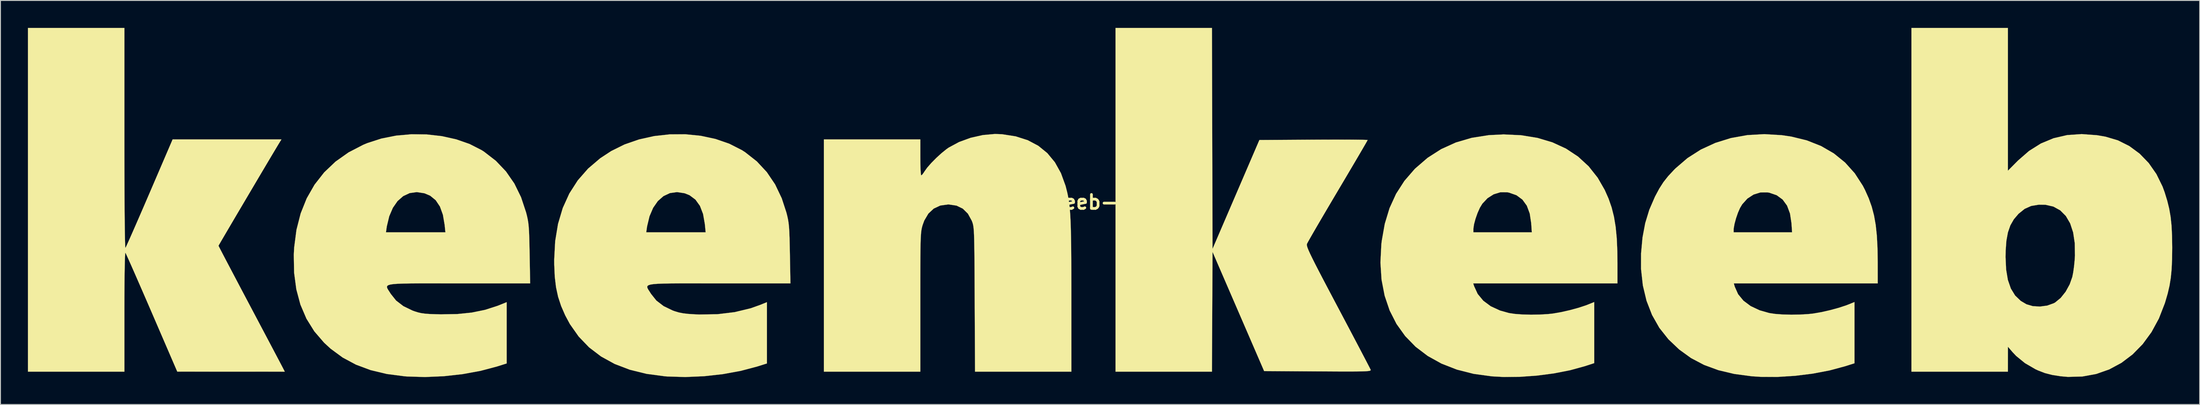
<source format=kicad_pcb>
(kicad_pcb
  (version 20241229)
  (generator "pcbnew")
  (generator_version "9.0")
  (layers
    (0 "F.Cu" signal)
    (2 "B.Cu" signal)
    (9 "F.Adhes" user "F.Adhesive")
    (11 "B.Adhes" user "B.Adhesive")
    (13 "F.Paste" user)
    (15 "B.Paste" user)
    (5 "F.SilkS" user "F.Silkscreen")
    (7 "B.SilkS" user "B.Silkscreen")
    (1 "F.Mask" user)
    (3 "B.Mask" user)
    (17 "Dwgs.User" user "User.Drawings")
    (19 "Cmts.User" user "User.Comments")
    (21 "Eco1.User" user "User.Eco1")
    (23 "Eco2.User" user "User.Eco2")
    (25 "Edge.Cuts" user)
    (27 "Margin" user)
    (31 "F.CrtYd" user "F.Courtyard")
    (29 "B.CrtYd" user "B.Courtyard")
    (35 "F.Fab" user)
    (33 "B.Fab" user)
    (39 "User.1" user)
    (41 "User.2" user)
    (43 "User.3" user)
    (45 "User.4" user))
  (footprint "keenkeeb-graphic"
    (layer "F.Cu")
    (at 117.226 19.055)
    (property "Reference" "keenkeeb-graphic" (at 0 0 0) (layer "F.SilkS") (effects (font (size 1.524 1.524) (thickness 0.3))))
    (attr through_hole)
    (fp_poly (pts (xy 12.223 -6.968) (xy 12.255 5.114) (xy 14.815 -0.84) (xy 17.375 -6.795) (xy 23.293 -6.828) (xy 24.491 -6.833) (xy 25.609 -6.835) (xy 26.62 -6.834) (xy 27.5 -6.831) (xy 28.223 -6.824) (xy 28.766 -6.816) (xy 29.103 -6.805) (xy 29.21 -6.793) (xy 29.147 -6.673) (xy 28.967 -6.357) (xy 28.681 -5.864) (xy 28.302 -5.215) (xy 27.842 -4.432) (xy 27.313 -3.536) (xy 26.729 -2.547) (xy 26.1 -1.486) (xy 25.951 -1.235) (xy 25.309 -0.151) (xy 24.704 0.875) (xy 24.149 1.82) (xy 23.657 2.661) (xy 23.242 3.378) (xy 22.915 3.948) (xy 22.69 4.348) (xy 22.58 4.556) (xy 22.573 4.572) (xy 22.56 4.661) (xy 22.579 4.796) (xy 22.639 4.992) (xy 22.749 5.267) (xy 22.917 5.638) (xy 23.152 6.123) (xy 23.46 6.739) (xy 23.852 7.502) (xy 24.335 8.43) (xy 24.918 9.539) (xy 25.609 10.848) (xy 25.952 11.496) (xy 26.588 12.698) (xy 27.19 13.837) (xy 27.746 14.893) (xy 28.247 15.845) (xy 28.68 16.672) (xy 29.037 17.354) (xy 29.305 17.871) (xy 29.475 18.202) (xy 29.534 18.323) (xy 29.542 18.375) (xy 29.51 18.418) (xy 29.415 18.452) (xy 29.237 18.479) (xy 28.954 18.499) (xy 28.546 18.513) (xy 27.992 18.521) (xy 27.27 18.524) (xy 26.359 18.524) (xy 25.238 18.519) (xy 23.886 18.512) (xy 23.756 18.512) (xy 17.894 18.479) (xy 15.075 11.961) (xy 12.255 5.443) (xy 12.19 18.542) (xy 1.651 18.542) (xy 1.651 -19.05) (xy 12.191 -19.05) (xy 12.223 -6.968)) (stroke (width 0.01) (type solid)) (fill yes) (layer "F.SilkS"))
    (fp_poly (pts (xy -10.756 -7.426) (xy -9.265 -7.193) (xy -7.944 -6.772) (xy -6.79 -6.161) (xy -5.802 -5.358) (xy -4.977 -4.361) (xy -4.313 -3.168) (xy -3.807 -1.777) (xy -3.622 -1.046) (xy -3.535 -0.631) (xy -3.461 -0.202) (xy -3.397 0.262) (xy -3.343 0.78) (xy -3.298 1.376) (xy -3.262 2.068) (xy -3.234 2.879) (xy -3.212 3.83) (xy -3.196 4.94) (xy -3.186 6.233) (xy -3.179 7.727) (xy -3.176 9.445) (xy -3.176 10.319) (xy -3.175 18.542) (xy -13.704 18.542) (xy -13.742 10.636) (xy -13.75 9.024) (xy -13.757 7.645) (xy -13.765 6.48) (xy -13.774 5.508) (xy -13.785 4.709) (xy -13.798 4.063) (xy -13.815 3.549) (xy -13.836 3.147) (xy -13.862 2.838) (xy -13.894 2.599) (xy -13.932 2.413) (xy -13.977 2.257) (xy -14.03 2.112) (xy -14.066 2.024) (xy -14.484 1.262) (xy -15.036 0.716) (xy -15.727 0.382) (xy -16.561 0.258) (xy -16.665 0.257) (xy -17.504 0.372) (xy -18.22 0.708) (xy -18.805 1.257) (xy -19.251 2.014) (xy -19.425 2.488) (xy -19.479 2.671) (xy -19.525 2.859) (xy -19.564 3.072) (xy -19.596 3.331) (xy -19.621 3.657) (xy -19.642 4.072) (xy -19.657 4.597) (xy -19.668 5.252) (xy -19.676 6.059) (xy -19.681 7.039) (xy -19.684 8.214) (xy -19.685 9.604) (xy -19.685 10.935) (xy -19.685 18.542) (xy -30.226 18.542) (xy -30.226 -6.858) (xy -19.685 -6.858) (xy -19.685 -4.889) (xy -19.679 -4.215) (xy -19.662 -3.64) (xy -19.637 -3.208) (xy -19.605 -2.962) (xy -19.585 -2.921) (xy -19.463 -3.02) (xy -19.286 -3.265) (xy -19.245 -3.334) (xy -18.937 -3.764) (xy -18.482 -4.284) (xy -17.937 -4.835) (xy -17.362 -5.36) (xy -16.816 -5.8) (xy -16.577 -5.967) (xy -15.45 -6.573) (xy -14.181 -7.036) (xy -12.849 -7.335) (xy -11.529 -7.453) (xy -10.756 -7.426)) (stroke (width 0.01) (type solid)) (fill yes) (layer "F.SilkS"))
    (fp_poly (pts (xy -106.68 -6.96) (xy -106.679 -5.108) (xy -106.675 -3.365) (xy -106.67 -1.746) (xy -106.663 -0.266) (xy -106.654 1.062) (xy -106.643 2.222) (xy -106.63 3.201) (xy -106.617 3.983) (xy -106.602 4.555) (xy -106.585 4.903) (xy -106.568 5.01) (xy -106.568 5.01) (xy -106.497 4.873) (xy -106.337 4.525) (xy -106.096 3.988) (xy -105.786 3.286) (xy -105.416 2.441) (xy -104.996 1.476) (xy -104.535 0.413) (xy -104.045 -0.725) (xy -103.933 -0.984) (xy -101.41 -6.858) (xy -89.514 -6.858) (xy -89.768 -6.445) (xy -89.939 -6.163) (xy -90.211 -5.708) (xy -90.57 -5.107) (xy -91 -4.384) (xy -91.486 -3.564) (xy -92.015 -2.672) (xy -92.57 -1.732) (xy -93.138 -0.771) (xy -93.704 0.188) (xy -94.254 1.118) (xy -94.771 1.996) (xy -95.242 2.797) (xy -95.652 3.495) (xy -95.986 4.065) (xy -96.229 4.483) (xy -96.367 4.723) (xy -96.393 4.772) (xy -96.335 4.89) (xy -96.169 5.213) (xy -95.905 5.72) (xy -95.554 6.391) (xy -95.125 7.206) (xy -94.63 8.146) (xy -94.08 9.191) (xy -93.484 10.319) (xy -92.982 11.269) (xy -92.349 12.464) (xy -91.748 13.602) (xy -91.188 14.66) (xy -90.682 15.618) (xy -90.241 16.453) (xy -89.876 17.145) (xy -89.599 17.671) (xy -89.421 18.011) (xy -89.359 18.129) (xy -89.147 18.542) (xy -95.024 18.54) (xy -100.901 18.538) (xy -103.681 12.095) (xy -104.203 10.888) (xy -104.697 9.751) (xy -105.153 8.705) (xy -105.562 7.77) (xy -105.914 6.97) (xy -106.201 6.325) (xy -106.413 5.858) (xy -106.539 5.588) (xy -106.571 5.531) (xy -106.592 5.63) (xy -106.612 5.961) (xy -106.63 6.503) (xy -106.646 7.233) (xy -106.66 8.13) (xy -106.67 9.173) (xy -106.677 10.34) (xy -106.68 11.608) (xy -106.68 11.976) (xy -106.68 18.542) (xy -117.221 18.542) (xy -117.221 -19.05) (xy -106.68 -19.05) (xy -106.68 -6.96)) (stroke (width 0.01) (type solid)) (fill yes) (layer "F.SilkS"))
    (fp_poly (pts (xy 45.993 -7.314) (xy 47.774 -7.023) (xy 49.407 -6.535) (xy 50.886 -5.853) (xy 52.207 -4.98) (xy 53.364 -3.917) (xy 54.352 -2.669) (xy 55.121 -1.333) (xy 55.54 -0.387) (xy 55.875 0.574) (xy 56.131 1.59) (xy 56.316 2.701) (xy 56.437 3.949) (xy 56.5 5.374) (xy 56.515 6.662) (xy 56.515 8.89) (xy 40.75 8.89) (xy 40.838 9.176) (xy 41.236 10.042) (xy 41.848 10.783) (xy 42.665 11.39) (xy 43.677 11.856) (xy 44.661 12.131) (xy 45.313 12.227) (xy 46.14 12.288) (xy 47.065 12.311) (xy 48.013 12.297) (xy 48.907 12.245) (xy 49.483 12.182) (xy 50.365 12.028) (xy 51.325 11.81) (xy 52.265 11.553) (xy 53.085 11.283) (xy 53.308 11.196) (xy 53.975 10.926) (xy 53.975 17.608) (xy 52.927 17.948) (xy 51.337 18.385) (xy 49.58 18.729) (xy 47.73 18.972) (xy 45.861 19.105) (xy 44.046 19.122) (xy 42.799 19.055) (xy 40.797 18.782) (xy 38.956 18.314) (xy 37.28 17.659) (xy 35.777 16.825) (xy 34.453 15.82) (xy 33.314 14.651) (xy 32.365 13.326) (xy 31.614 11.852) (xy 31.067 10.237) (xy 30.729 8.488) (xy 30.607 6.614) (xy 30.706 4.621) (xy 30.748 4.255) (xy 30.98 2.944) (xy 40.767 2.944) (xy 40.767 3.302) (xy 47.153 3.302) (xy 47.085 2.302) (xy 46.926 1.247) (xy 46.606 0.388) (xy 46.123 -0.278) (xy 45.475 -0.754) (xy 44.66 -1.041) (xy 44.47 -1.077) (xy 43.719 -1.08) (xy 42.984 -0.856) (xy 42.313 -0.431) (xy 41.75 0.167) (xy 41.475 0.617) (xy 41.218 1.196) (xy 40.997 1.826) (xy 40.838 2.421) (xy 40.768 2.891) (xy 40.767 2.944) (xy 30.98 2.944) (xy 31.081 2.373) (xy 31.602 0.657) (xy 32.315 -0.905) (xy 33.227 -2.323) (xy 34.341 -3.61) (xy 34.415 -3.683) (xy 35.764 -4.847) (xy 37.241 -5.792) (xy 38.845 -6.52) (xy 40.58 -7.03) (xy 42.447 -7.324) (xy 44.069 -7.405) (xy 45.993 -7.314)) (stroke (width 0.01) (type solid)) (fill yes) (layer "F.SilkS"))
    (fp_poly (pts (xy 99.187 -3.431) (xy 100.298 -4.551) (xy 101.5 -5.598) (xy 102.793 -6.411) (xy 104.181 -6.988) (xy 105.663 -7.332) (xy 107.244 -7.441) (xy 108.924 -7.318) (xy 109.855 -7.158) (xy 111.21 -6.756) (xy 112.46 -6.131) (xy 113.589 -5.299) (xy 114.581 -4.273) (xy 115.42 -3.07) (xy 116.091 -1.705) (xy 116.322 -1.075) (xy 116.606 -0.151) (xy 116.821 0.724) (xy 116.974 1.611) (xy 117.075 2.569) (xy 117.129 3.657) (xy 117.147 4.935) (xy 117.147 5.016) (xy 117.133 6.274) (xy 117.084 7.34) (xy 116.994 8.276) (xy 116.853 9.143) (xy 116.653 10.003) (xy 116.387 10.916) (xy 116.336 11.077) (xy 115.691 12.732) (xy 114.882 14.219) (xy 113.922 15.528) (xy 112.824 16.649) (xy 111.603 17.574) (xy 110.271 18.292) (xy 108.843 18.794) (xy 107.333 19.071) (xy 105.752 19.113) (xy 104.966 19.046) (xy 104.026 18.899) (xy 103.23 18.694) (xy 102.472 18.401) (xy 102.185 18.266) (xy 101.05 17.605) (xy 100.086 16.817) (xy 99.698 16.405) (xy 99.189 15.812) (xy 99.188 17.177) (xy 99.187 18.542) (xy 88.646 18.542) (xy 88.646 6.021) (xy 98.933 6.021) (xy 98.995 7.369) (xy 99.186 8.508) (xy 99.512 9.451) (xy 99.977 10.211) (xy 100.588 10.8) (xy 101.219 11.173) (xy 101.908 11.376) (xy 102.698 11.421) (xy 103.494 11.313) (xy 104.204 11.058) (xy 104.357 10.973) (xy 104.958 10.479) (xy 105.501 9.797) (xy 105.944 8.99) (xy 106.23 8.178) (xy 106.33 7.674) (xy 106.421 7.015) (xy 106.49 6.301) (xy 106.517 5.842) (xy 106.498 4.496) (xy 106.322 3.32) (xy 105.995 2.324) (xy 105.522 1.515) (xy 104.91 0.9) (xy 104.164 0.488) (xy 103.29 0.288) (xy 102.573 0.279) (xy 101.732 0.418) (xy 101.022 0.736) (xy 100.364 1.266) (xy 100.335 1.295) (xy 99.836 1.882) (xy 99.459 2.54) (xy 99.192 3.309) (xy 99.024 4.225) (xy 98.944 5.327) (xy 98.933 6.021) (xy 88.646 6.021) (xy 88.646 -19.05) (xy 99.187 -19.05) (xy 99.187 -3.431)) (stroke (width 0.01) (type solid)) (fill yes) (layer "F.SilkS"))
    (fp_poly (pts (xy 74.484 -7.32) (xy 75.511 -7.168) (xy 77.216 -6.75) (xy 78.769 -6.135) (xy 80.164 -5.327) (xy 81.393 -4.331) (xy 82.452 -3.151) (xy 83.332 -1.792) (xy 83.569 -1.333) (xy 83.978 -0.418) (xy 84.305 0.499) (xy 84.557 1.459) (xy 84.742 2.502) (xy 84.866 3.671) (xy 84.936 5.006) (xy 84.961 6.549) (xy 84.961 6.636) (xy 84.963 8.89) (xy 69.233 8.89) (xy 69.335 9.247) (xy 69.7 10.068) (xy 70.285 10.78) (xy 71.077 11.372) (xy 72.062 11.834) (xy 73.109 12.131) (xy 73.761 12.227) (xy 74.588 12.288) (xy 75.513 12.311) (xy 76.461 12.297) (xy 77.355 12.245) (xy 77.931 12.182) (xy 78.813 12.028) (xy 79.773 11.81) (xy 80.713 11.553) (xy 81.533 11.283) (xy 81.756 11.196) (xy 82.423 10.926) (xy 82.423 17.623) (xy 81.375 17.955) (xy 79.691 18.408) (xy 77.85 18.758) (xy 75.928 18.996) (xy 74.004 19.116) (xy 72.155 19.108) (xy 71.205 19.047) (xy 69.281 18.791) (xy 67.544 18.379) (xy 65.975 17.802) (xy 64.553 17.052) (xy 63.261 16.118) (xy 62.081 14.997) (xy 61.092 13.749) (xy 60.294 12.341) (xy 59.692 10.791) (xy 59.29 9.113) (xy 59.092 7.321) (xy 59.095 5.599) (xy 59.253 3.865) (xy 59.414 3.011) (xy 69.215 3.011) (xy 69.215 3.302) (xy 75.601 3.302) (xy 75.533 2.302) (xy 75.373 1.245) (xy 75.051 0.384) (xy 74.567 -0.282) (xy 73.92 -0.754) (xy 73.11 -1.031) (xy 72.929 -1.063) (xy 72.144 -1.061) (xy 71.392 -0.828) (xy 70.714 -0.387) (xy 70.151 0.239) (xy 69.907 0.647) (xy 69.681 1.167) (xy 69.474 1.769) (xy 69.313 2.363) (xy 69.224 2.857) (xy 69.215 3.011) (xy 59.414 3.011) (xy 59.548 2.297) (xy 59.993 0.837) (xy 60.603 -0.573) (xy 60.633 -0.634) (xy 61.085 -1.479) (xy 61.536 -2.183) (xy 62.05 -2.835) (xy 62.692 -3.524) (xy 62.858 -3.691) (xy 64.166 -4.814) (xy 65.625 -5.745) (xy 67.216 -6.478) (xy 68.917 -7.008) (xy 70.71 -7.329) (xy 72.572 -7.435) (xy 74.484 -7.32)) (stroke (width 0.01) (type solid)) (fill yes) (layer "F.SilkS"))
    (fp_poly (pts (xy -43.691 -7.255) (xy -42.078 -6.91) (xy -40.567 -6.388) (xy -39.192 -5.689) (xy -38.835 -5.461) (xy -37.554 -4.454) (xy -36.462 -3.281) (xy -35.555 -1.939) (xy -34.831 -0.422) (xy -34.324 1.128) (xy -34.223 1.526) (xy -34.144 1.893) (xy -34.083 2.272) (xy -34.038 2.703) (xy -34.004 3.227) (xy -33.979 3.888) (xy -33.958 4.725) (xy -33.94 5.62) (xy -33.881 8.89) (xy -41.706 8.89) (xy -43.351 8.889) (xy -44.76 8.887) (xy -45.948 8.888) (xy -46.933 8.894) (xy -47.731 8.906) (xy -48.359 8.929) (xy -48.833 8.964) (xy -49.172 9.015) (xy -49.391 9.083) (xy -49.506 9.171) (xy -49.536 9.283) (xy -49.497 9.42) (xy -49.406 9.585) (xy -49.278 9.78) (xy -49.132 10.01) (xy -49.117 10.035) (xy -48.534 10.765) (xy -47.738 11.376) (xy -46.748 11.854) (xy -46.521 11.935) (xy -46.077 12.067) (xy -45.608 12.16) (xy -45.048 12.225) (xy -44.334 12.27) (xy -43.855 12.289) (xy -41.864 12.259) (xy -39.983 12.032) (xy -38.235 11.612) (xy -37.186 11.239) (xy -36.449 10.94) (xy -36.449 17.642) (xy -37.484 17.969) (xy -39.304 18.453) (xy -41.276 18.813) (xy -43.324 19.04) (xy -45.373 19.128) (xy -47.348 19.068) (xy -47.594 19.049) (xy -49.599 18.783) (xy -51.432 18.332) (xy -53.093 17.698) (xy -54.58 16.88) (xy -55.892 15.881) (xy -57.027 14.7) (xy -57.985 13.339) (xy -58.499 12.383) (xy -58.944 11.362) (xy -59.274 10.358) (xy -59.501 9.312) (xy -59.638 8.164) (xy -59.697 6.852) (xy -59.701 6.293) (xy -59.594 4.264) (xy -59.435 3.302) (xy -49.641 3.302) (xy -43.147 3.302) (xy -43.237 2.392) (xy -43.429 1.299) (xy -43.771 0.411) (xy -44.262 -0.273) (xy -44.904 -0.753) (xy -45.44 -0.969) (xy -46.277 -1.097) (xy -47.055 -0.988) (xy -47.76 -0.656) (xy -48.375 -0.114) (xy -48.888 0.624) (xy -49.283 1.545) (xy -49.545 2.636) (xy -49.574 2.826) (xy -49.641 3.302) (xy -59.435 3.302) (xy -59.283 2.381) (xy -58.767 0.644) (xy -58.047 -0.943) (xy -57.125 -2.38) (xy -56.001 -3.664) (xy -54.677 -4.793) (xy -53.473 -5.584) (xy -52.009 -6.309) (xy -50.431 -6.855) (xy -48.774 -7.223) (xy -47.074 -7.412) (xy -45.368 -7.422) (xy -43.691 -7.255)) (stroke (width 0.01) (type solid)) (fill yes) (layer "F.SilkS"))
    (fp_poly (pts (xy -73.635 -7.402) (xy -71.99 -7.217) (xy -70.417 -6.868) (xy -68.957 -6.36) (xy -67.649 -5.694) (xy -67.375 -5.52) (xy -66.078 -4.517) (xy -64.974 -3.357) (xy -64.057 -2.033) (xy -63.324 -0.537) (xy -62.772 1.128) (xy -62.671 1.526) (xy -62.592 1.893) (xy -62.531 2.272) (xy -62.486 2.703) (xy -62.452 3.227) (xy -62.427 3.888) (xy -62.406 4.725) (xy -62.388 5.62) (xy -62.329 8.89) (xy -70.154 8.89) (xy -71.799 8.889) (xy -73.208 8.887) (xy -74.396 8.888) (xy -75.381 8.894) (xy -76.179 8.906) (xy -76.807 8.929) (xy -77.281 8.964) (xy -77.62 9.015) (xy -77.839 9.083) (xy -77.954 9.171) (xy -77.984 9.283) (xy -77.945 9.42) (xy -77.854 9.585) (xy -77.726 9.78) (xy -77.58 10.01) (xy -77.565 10.035) (xy -76.982 10.765) (xy -76.184 11.378) (xy -75.188 11.861) (xy -74.969 11.94) (xy -74.594 12.058) (xy -74.224 12.143) (xy -73.804 12.2) (xy -73.276 12.238) (xy -72.585 12.262) (xy -72.073 12.272) (xy -70.312 12.242) (xy -68.726 12.081) (xy -67.267 11.783) (xy -65.888 11.34) (xy -65.628 11.237) (xy -64.897 10.94) (xy -64.897 17.642) (xy -65.932 17.969) (xy -67.752 18.453) (xy -69.724 18.813) (xy -71.772 19.04) (xy -73.821 19.128) (xy -75.796 19.068) (xy -76.042 19.049) (xy -77.994 18.796) (xy -79.767 18.372) (xy -81.374 17.773) (xy -82.829 16.992) (xy -84.146 16.023) (xy -84.851 15.374) (xy -85.919 14.134) (xy -86.782 12.747) (xy -87.439 11.213) (xy -87.888 9.535) (xy -88.13 7.714) (xy -88.164 5.752) (xy -88.122 4.954) (xy -87.908 3.302) (xy -78.089 3.302) (xy -71.593 3.302) (xy -71.676 2.494) (xy -71.866 1.382) (xy -72.191 0.483) (xy -72.654 -0.21) (xy -73.258 -0.703) (xy -73.88 -0.967) (xy -74.721 -1.096) (xy -75.501 -0.988) (xy -76.206 -0.657) (xy -76.823 -0.116) (xy -77.336 0.623) (xy -77.731 1.545) (xy -77.994 2.637) (xy -78.022 2.826) (xy -78.089 3.302) (xy -87.908 3.302) (xy -87.872 3.028) (xy -87.414 1.237) (xy -86.753 -0.412) (xy -85.895 -1.91) (xy -84.843 -3.253) (xy -83.602 -4.431) (xy -82.179 -5.438) (xy -80.578 -6.268) (xy -80.127 -6.456) (xy -78.598 -6.951) (xy -76.98 -7.273) (xy -75.312 -7.422) (xy -73.635 -7.402)) (stroke (width 0.01) (type solid)) (fill yes) (layer "F.SilkS")))
  (gr_rect
    (start -3 -3)
    (end 237.378 41.188)
    (stroke (width 0.1) (type default))
    (fill no)
    (layer "Edge.Cuts")))
</source>
